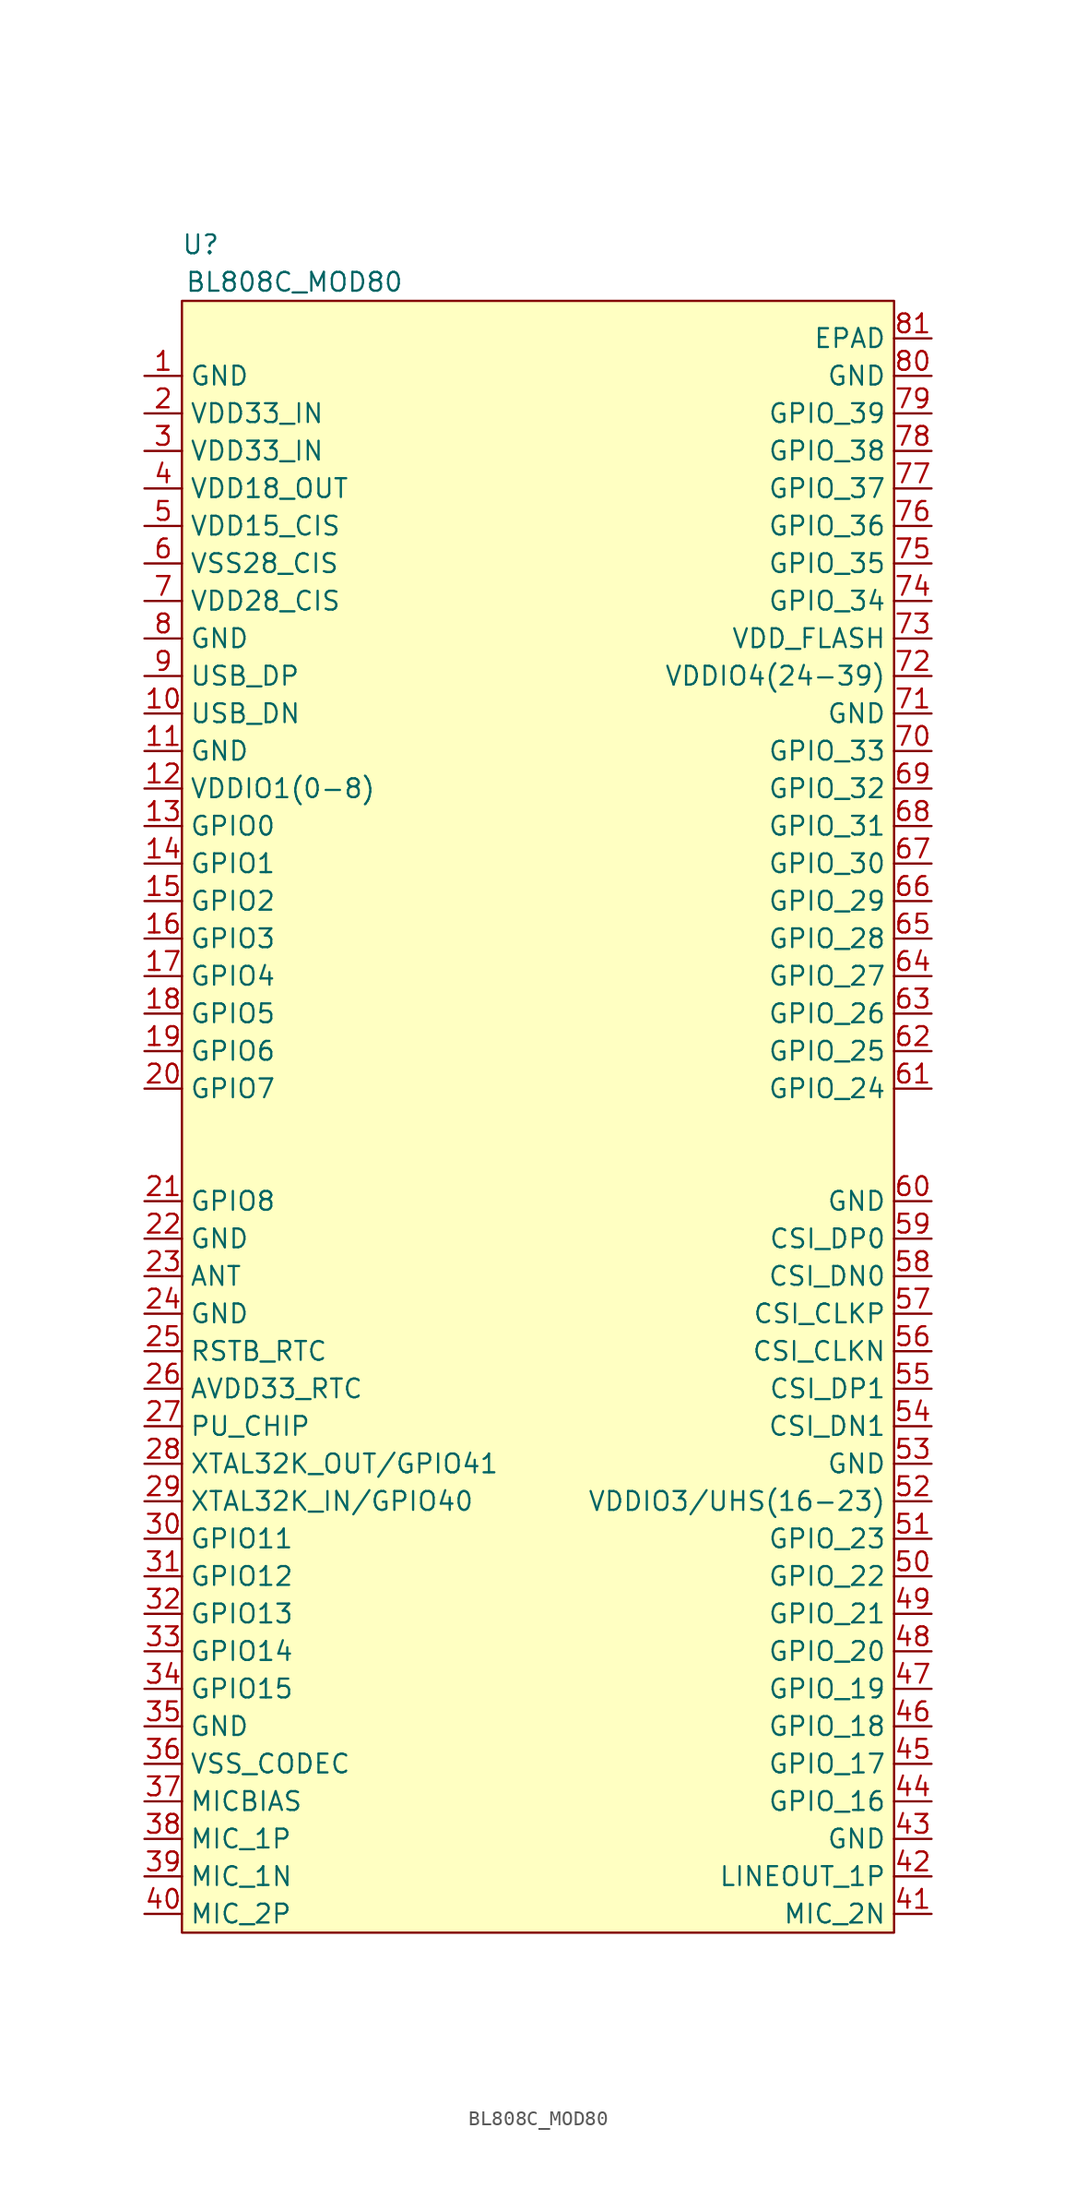
<source format=kicad_sym>
(kicad_symbol_lib
  (version 20211014)
  (generator kicad_symbol_editor)
  (symbol "BL808C_MOD80"
    (property "Reference" "U"
      (at -6.35 5.08 0)
      (effects (font (size 1.27 1.27))))
    (property "Value" "BL808C_MOD80"
      (at 0 2.54 0)
      (effects (font (size 1.27 1.27))))
    (symbol "BL808C_MOD80_0_1"
      (rectangle (start -7.62 1.27) (end 40.64 -109.22) (stroke (width 0.152) (type default) (color 0 0 0 0)) (fill (type background))))
    (symbol "BL808C_MOD80_1_1"
      (pin unspecified line (at -10.16 -3.81 0) (length 2.54) (name "GND" (effects (font (size 1.27 1.27)))) (number "1" (effects (font (size 1.27 1.27)))))
      (pin unspecified line (at -10.16 -26.67 0) (length 2.54) (name "USB_DN" (effects (font (size 1.27 1.27)))) (number "10" (effects (font (size 1.27 1.27)))))
      (pin unspecified line (at -10.16 -29.21 0) (length 2.54) (name "GND" (effects (font (size 1.27 1.27)))) (number "11" (effects (font (size 1.27 1.27)))))
      (pin unspecified line (at -10.16 -31.75 0) (length 2.54) (name "VDDIO1(0-8)" (effects (font (size 1.27 1.27)))) (number "12" (effects (font (size 1.27 1.27)))))
      (pin unspecified line (at -10.16 -34.29 0) (length 2.54) (name "GPIO0" (effects (font (size 1.27 1.27)))) (number "13" (effects (font (size 1.27 1.27)))))
      (pin unspecified line (at -10.16 -36.83 0) (length 2.54) (name "GPIO1" (effects (font (size 1.27 1.27)))) (number "14" (effects (font (size 1.27 1.27)))))
      (pin unspecified line (at -10.16 -39.37 0) (length 2.54) (name "GPIO2" (effects (font (size 1.27 1.27)))) (number "15" (effects (font (size 1.27 1.27)))))
      (pin unspecified line (at -10.16 -41.91 0) (length 2.54) (name "GPIO3" (effects (font (size 1.27 1.27)))) (number "16" (effects (font (size 1.27 1.27)))))
      (pin unspecified line (at -10.16 -44.45 0) (length 2.54) (name "GPIO4" (effects (font (size 1.27 1.27)))) (number "17" (effects (font (size 1.27 1.27)))))
      (pin unspecified line (at -10.16 -46.99 0) (length 2.54) (name "GPIO5" (effects (font (size 1.27 1.27)))) (number "18" (effects (font (size 1.27 1.27)))))
      (pin unspecified line (at -10.16 -49.53 0) (length 2.54) (name "GPIO6" (effects (font (size 1.27 1.27)))) (number "19" (effects (font (size 1.27 1.27)))))
      (pin unspecified line (at -10.16 -6.35 0) (length 2.54) (name "VDD33_IN" (effects (font (size 1.27 1.27)))) (number "2" (effects (font (size 1.27 1.27)))))
      (pin unspecified line (at -10.16 -52.07 0) (length 2.54) (name "GPIO7" (effects (font (size 1.27 1.27)))) (number "20" (effects (font (size 1.27 1.27)))))
      (pin unspecified line (at -10.16 -59.69 0) (length 2.54) (name "GPIO8" (effects (font (size 1.27 1.27)))) (number "21" (effects (font (size 1.27 1.27)))))
      (pin unspecified line (at -10.16 -62.23 0) (length 2.54) (name "GND" (effects (font (size 1.27 1.27)))) (number "22" (effects (font (size 1.27 1.27)))))
      (pin unspecified line (at -10.16 -64.77 0) (length 2.54) (name "ANT" (effects (font (size 1.27 1.27)))) (number "23" (effects (font (size 1.27 1.27)))))
      (pin unspecified line (at -10.16 -67.31 0) (length 2.54) (name "GND" (effects (font (size 1.27 1.27)))) (number "24" (effects (font (size 1.27 1.27)))))
      (pin unspecified line (at -10.16 -69.85 0) (length 2.54) (name "RSTB_RTC" (effects (font (size 1.27 1.27)))) (number "25" (effects (font (size 1.27 1.27)))))
      (pin unspecified line (at -10.16 -72.39 0) (length 2.54) (name "AVDD33_RTC" (effects (font (size 1.27 1.27)))) (number "26" (effects (font (size 1.27 1.27)))))
      (pin unspecified line (at -10.16 -74.93 0) (length 2.54) (name "PU_CHIP" (effects (font (size 1.27 1.27)))) (number "27" (effects (font (size 1.27 1.27)))))
      (pin unspecified line (at -10.16 -77.47 0) (length 2.54) (name "XTAL32K_OUT/GPIO41" (effects (font (size 1.27 1.27)))) (number "28" (effects (font (size 1.27 1.27)))))
      (pin unspecified line (at -10.16 -80.01 0) (length 2.54) (name "XTAL32K_IN/GPIO40" (effects (font (size 1.27 1.27)))) (number "29" (effects (font (size 1.27 1.27)))))
      (pin unspecified line (at -10.16 -8.89 0) (length 2.54) (name "VDD33_IN" (effects (font (size 1.27 1.27)))) (number "3" (effects (font (size 1.27 1.27)))))
      (pin unspecified line (at -10.16 -82.55 0) (length 2.54) (name "GPIO11" (effects (font (size 1.27 1.27)))) (number "30" (effects (font (size 1.27 1.27)))))
      (pin unspecified line (at -10.16 -85.09 0) (length 2.54) (name "GPIO12" (effects (font (size 1.27 1.27)))) (number "31" (effects (font (size 1.27 1.27)))))
      (pin unspecified line (at -10.16 -87.63 0) (length 2.54) (name "GPIO13" (effects (font (size 1.27 1.27)))) (number "32" (effects (font (size 1.27 1.27)))))
      (pin unspecified line (at -10.16 -90.17 0) (length 2.54) (name "GPIO14" (effects (font (size 1.27 1.27)))) (number "33" (effects (font (size 1.27 1.27)))))
      (pin unspecified line (at -10.16 -92.71 0) (length 2.54) (name "GPIO15" (effects (font (size 1.27 1.27)))) (number "34" (effects (font (size 1.27 1.27)))))
      (pin unspecified line (at -10.16 -95.25 0) (length 2.54) (name "GND" (effects (font (size 1.27 1.27)))) (number "35" (effects (font (size 1.27 1.27)))))
      (pin unspecified line (at -10.16 -97.79 0) (length 2.54) (name "VSS_CODEC" (effects (font (size 1.27 1.27)))) (number "36" (effects (font (size 1.27 1.27)))))
      (pin unspecified line (at -10.16 -100.33 0) (length 2.54) (name "MICBIAS" (effects (font (size 1.27 1.27)))) (number "37" (effects (font (size 1.27 1.27)))))
      (pin unspecified line (at -10.16 -102.87 0) (length 2.54) (name "MIC_1P" (effects (font (size 1.27 1.27)))) (number "38" (effects (font (size 1.27 1.27)))))
      (pin unspecified line (at -10.16 -105.41 0) (length 2.54) (name "MIC_1N" (effects (font (size 1.27 1.27)))) (number "39" (effects (font (size 1.27 1.27)))))
      (pin unspecified line (at -10.16 -11.43 0) (length 2.54) (name "VDD18_OUT" (effects (font (size 1.27 1.27)))) (number "4" (effects (font (size 1.27 1.27)))))
      (pin unspecified line (at -10.16 -107.95 0) (length 2.54) (name "MIC_2P" (effects (font (size 1.27 1.27)))) (number "40" (effects (font (size 1.27 1.27)))))
      (pin unspecified line (at 43.18 -107.95 180) (length 2.54) (name "MIC_2N" (effects (font (size 1.27 1.27)))) (number "41" (effects (font (size 1.27 1.27)))))
      (pin unspecified line (at 43.18 -105.41 180) (length 2.54) (name "LINEOUT_1P" (effects (font (size 1.27 1.27)))) (number "42" (effects (font (size 1.27 1.27)))))
      (pin unspecified line (at 43.18 -102.87 180) (length 2.54) (name "GND" (effects (font (size 1.27 1.27)))) (number "43" (effects (font (size 1.27 1.27)))))
      (pin unspecified line (at 43.18 -100.33 180) (length 2.54) (name "GPIO_16" (effects (font (size 1.27 1.27)))) (number "44" (effects (font (size 1.27 1.27)))))
      (pin unspecified line (at 43.18 -97.79 180) (length 2.54) (name "GPIO_17" (effects (font (size 1.27 1.27)))) (number "45" (effects (font (size 1.27 1.27)))))
      (pin unspecified line (at 43.18 -95.25 180) (length 2.54) (name "GPIO_18" (effects (font (size 1.27 1.27)))) (number "46" (effects (font (size 1.27 1.27)))))
      (pin unspecified line (at 43.18 -92.71 180) (length 2.54) (name "GPIO_19" (effects (font (size 1.27 1.27)))) (number "47" (effects (font (size 1.27 1.27)))))
      (pin unspecified line (at 43.18 -90.17 180) (length 2.54) (name "GPIO_20" (effects (font (size 1.27 1.27)))) (number "48" (effects (font (size 1.27 1.27)))))
      (pin unspecified line (at 43.18 -87.63 180) (length 2.54) (name "GPIO_21" (effects (font (size 1.27 1.27)))) (number "49" (effects (font (size 1.27 1.27)))))
      (pin unspecified line (at -10.16 -13.97 0) (length 2.54) (name "VDD15_CIS" (effects (font (size 1.27 1.27)))) (number "5" (effects (font (size 1.27 1.27)))))
      (pin unspecified line (at 43.18 -85.09 180) (length 2.54) (name "GPIO_22" (effects (font (size 1.27 1.27)))) (number "50" (effects (font (size 1.27 1.27)))))
      (pin unspecified line (at 43.18 -82.55 180) (length 2.54) (name "GPIO_23" (effects (font (size 1.27 1.27)))) (number "51" (effects (font (size 1.27 1.27)))))
      (pin unspecified line (at 43.18 -80.01 180) (length 2.54) (name "VDDIO3/UHS(16-23)" (effects (font (size 1.27 1.27)))) (number "52" (effects (font (size 1.27 1.27)))))
      (pin unspecified line (at 43.18 -77.47 180) (length 2.54) (name "GND" (effects (font (size 1.27 1.27)))) (number "53" (effects (font (size 1.27 1.27)))))
      (pin unspecified line (at 43.18 -74.93 180) (length 2.54) (name "CSI_DN1" (effects (font (size 1.27 1.27)))) (number "54" (effects (font (size 1.27 1.27)))))
      (pin unspecified line (at 43.18 -72.39 180) (length 2.54) (name "CSI_DP1" (effects (font (size 1.27 1.27)))) (number "55" (effects (font (size 1.27 1.27)))))
      (pin unspecified line (at 43.18 -69.85 180) (length 2.54) (name "CSI_CLKN" (effects (font (size 1.27 1.27)))) (number "56" (effects (font (size 1.27 1.27)))))
      (pin unspecified line (at 43.18 -67.31 180) (length 2.54) (name "CSI_CLKP" (effects (font (size 1.27 1.27)))) (number "57" (effects (font (size 1.27 1.27)))))
      (pin unspecified line (at 43.18 -64.77 180) (length 2.54) (name "CSI_DN0" (effects (font (size 1.27 1.27)))) (number "58" (effects (font (size 1.27 1.27)))))
      (pin unspecified line (at 43.18 -62.23 180) (length 2.54) (name "CSI_DP0" (effects (font (size 1.27 1.27)))) (number "59" (effects (font (size 1.27 1.27)))))
      (pin unspecified line (at -10.16 -16.51 0) (length 2.54) (name "VSS28_CIS" (effects (font (size 1.27 1.27)))) (number "6" (effects (font (size 1.27 1.27)))))
      (pin unspecified line (at 43.18 -59.69 180) (length 2.54) (name "GND" (effects (font (size 1.27 1.27)))) (number "60" (effects (font (size 1.27 1.27)))))
      (pin unspecified line (at 43.18 -52.07 180) (length 2.54) (name "GPIO_24" (effects (font (size 1.27 1.27)))) (number "61" (effects (font (size 1.27 1.27)))))
      (pin unspecified line (at 43.18 -49.53 180) (length 2.54) (name "GPIO_25" (effects (font (size 1.27 1.27)))) (number "62" (effects (font (size 1.27 1.27)))))
      (pin unspecified line (at 43.18 -46.99 180) (length 2.54) (name "GPIO_26" (effects (font (size 1.27 1.27)))) (number "63" (effects (font (size 1.27 1.27)))))
      (pin unspecified line (at 43.18 -44.45 180) (length 2.54) (name "GPIO_27" (effects (font (size 1.27 1.27)))) (number "64" (effects (font (size 1.27 1.27)))))
      (pin unspecified line (at 43.18 -41.91 180) (length 2.54) (name "GPIO_28" (effects (font (size 1.27 1.27)))) (number "65" (effects (font (size 1.27 1.27)))))
      (pin unspecified line (at 43.18 -39.37 180) (length 2.54) (name "GPIO_29" (effects (font (size 1.27 1.27)))) (number "66" (effects (font (size 1.27 1.27)))))
      (pin unspecified line (at 43.18 -36.83 180) (length 2.54) (name "GPIO_30" (effects (font (size 1.27 1.27)))) (number "67" (effects (font (size 1.27 1.27)))))
      (pin unspecified line (at 43.18 -34.29 180) (length 2.54) (name "GPIO_31" (effects (font (size 1.27 1.27)))) (number "68" (effects (font (size 1.27 1.27)))))
      (pin unspecified line (at 43.18 -31.75 180) (length 2.54) (name "GPIO_32" (effects (font (size 1.27 1.27)))) (number "69" (effects (font (size 1.27 1.27)))))
      (pin unspecified line (at -10.16 -19.05 0) (length 2.54) (name "VDD28_CIS" (effects (font (size 1.27 1.27)))) (number "7" (effects (font (size 1.27 1.27)))))
      (pin unspecified line (at 43.18 -29.21 180) (length 2.54) (name "GPIO_33" (effects (font (size 1.27 1.27)))) (number "70" (effects (font (size 1.27 1.27)))))
      (pin unspecified line (at 43.18 -26.67 180) (length 2.54) (name "GND" (effects (font (size 1.27 1.27)))) (number "71" (effects (font (size 1.27 1.27)))))
      (pin unspecified line (at 43.18 -24.13 180) (length 2.54) (name "VDDIO4(24-39)" (effects (font (size 1.27 1.27)))) (number "72" (effects (font (size 1.27 1.27)))))
      (pin unspecified line (at 43.18 -21.59 180) (length 2.54) (name "VDD_FLASH" (effects (font (size 1.27 1.27)))) (number "73" (effects (font (size 1.27 1.27)))))
      (pin unspecified line (at 43.18 -19.05 180) (length 2.54) (name "GPIO_34" (effects (font (size 1.27 1.27)))) (number "74" (effects (font (size 1.27 1.27)))))
      (pin unspecified line (at 43.18 -16.51 180) (length 2.54) (name "GPIO_35" (effects (font (size 1.27 1.27)))) (number "75" (effects (font (size 1.27 1.27)))))
      (pin unspecified line (at 43.18 -13.97 180) (length 2.54) (name "GPIO_36" (effects (font (size 1.27 1.27)))) (number "76" (effects (font (size 1.27 1.27)))))
      (pin unspecified line (at 43.18 -11.43 180) (length 2.54) (name "GPIO_37" (effects (font (size 1.27 1.27)))) (number "77" (effects (font (size 1.27 1.27)))))
      (pin unspecified line (at 43.18 -8.89 180) (length 2.54) (name "GPIO_38" (effects (font (size 1.27 1.27)))) (number "78" (effects (font (size 1.27 1.27)))))
      (pin unspecified line (at 43.18 -6.35 180) (length 2.54) (name "GPIO_39" (effects (font (size 1.27 1.27)))) (number "79" (effects (font (size 1.27 1.27)))))
      (pin unspecified line (at -10.16 -21.59 0) (length 2.54) (name "GND" (effects (font (size 1.27 1.27)))) (number "8" (effects (font (size 1.27 1.27)))))
      (pin unspecified line (at 43.18 -3.81 180) (length 2.54) (name "GND" (effects (font (size 1.27 1.27)))) (number "80" (effects (font (size 1.27 1.27)))))
      (pin unspecified line (at 43.18 -1.27 180) (length 2.54) (name "EPAD" (effects (font (size 1.27 1.27)))) (number "81" (effects (font (size 1.27 1.27)))))
      (pin unspecified line (at -10.16 -24.13 0) (length 2.54) (name "USB_DP" (effects (font (size 1.27 1.27)))) (number "9" (effects (font (size 1.27 1.27))))))))
</source>
